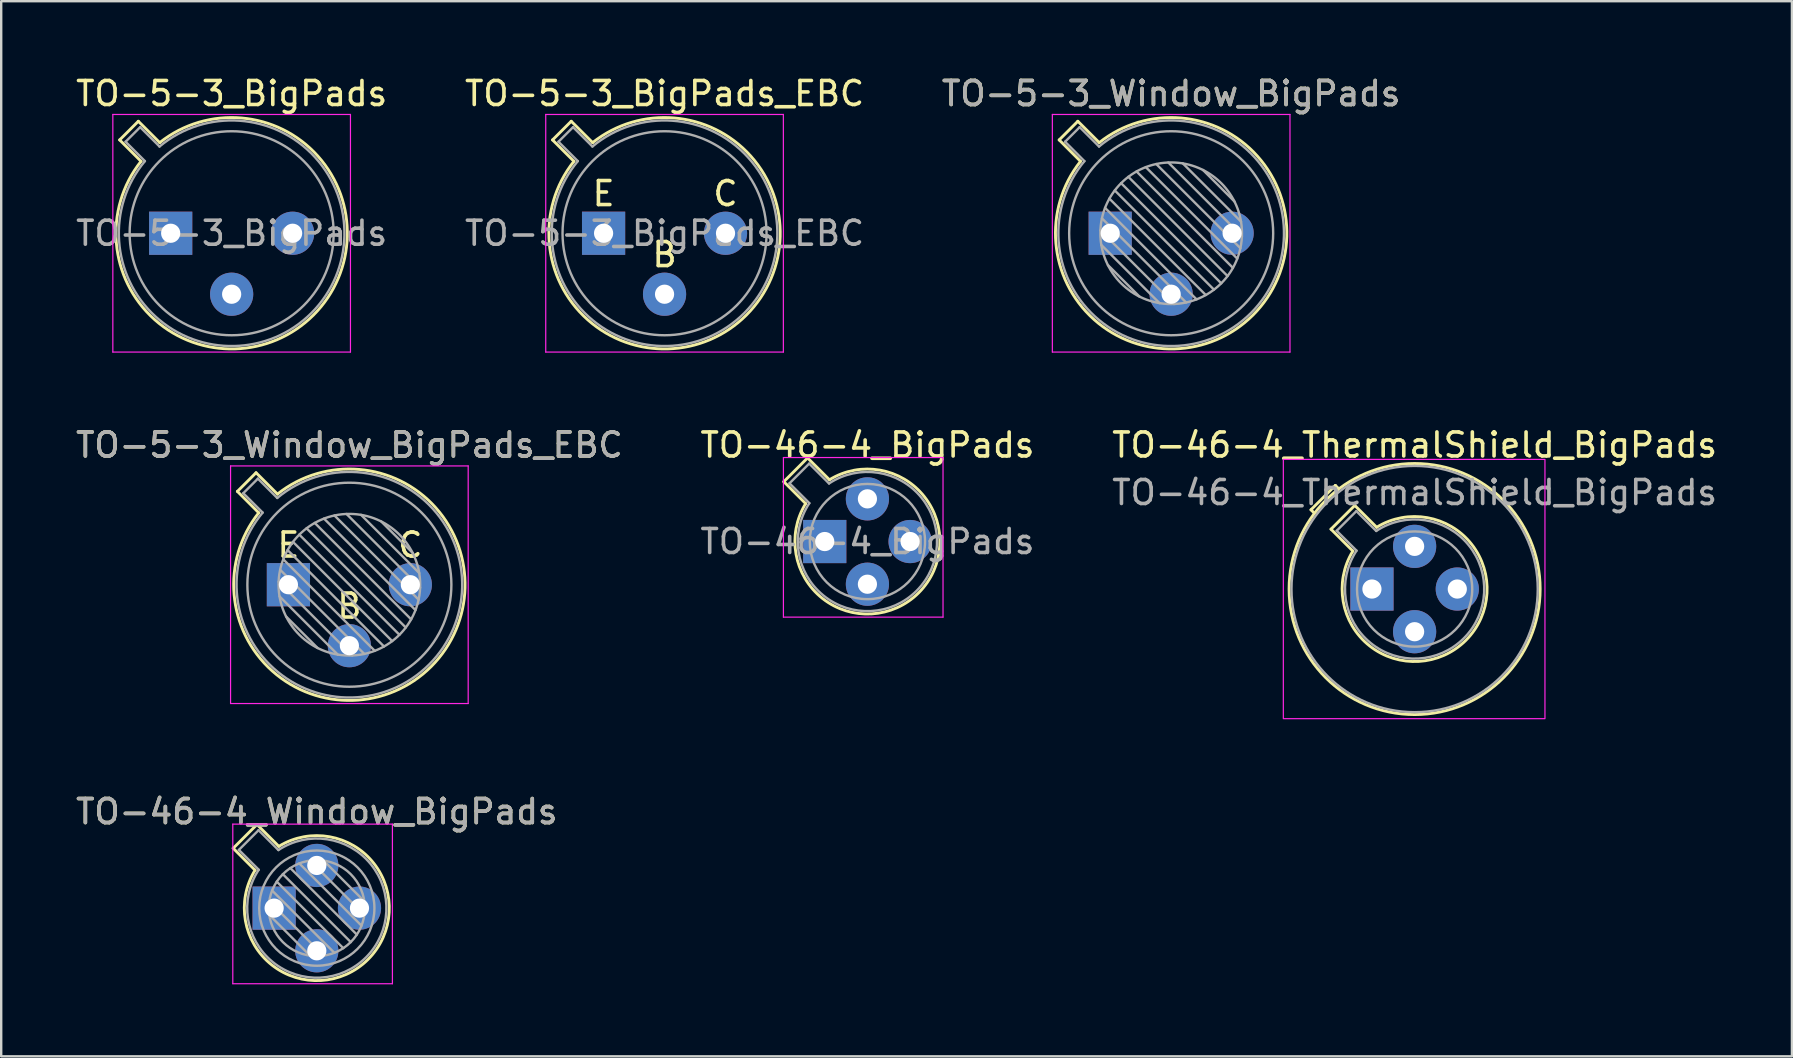
<source format=kicad_pcb>
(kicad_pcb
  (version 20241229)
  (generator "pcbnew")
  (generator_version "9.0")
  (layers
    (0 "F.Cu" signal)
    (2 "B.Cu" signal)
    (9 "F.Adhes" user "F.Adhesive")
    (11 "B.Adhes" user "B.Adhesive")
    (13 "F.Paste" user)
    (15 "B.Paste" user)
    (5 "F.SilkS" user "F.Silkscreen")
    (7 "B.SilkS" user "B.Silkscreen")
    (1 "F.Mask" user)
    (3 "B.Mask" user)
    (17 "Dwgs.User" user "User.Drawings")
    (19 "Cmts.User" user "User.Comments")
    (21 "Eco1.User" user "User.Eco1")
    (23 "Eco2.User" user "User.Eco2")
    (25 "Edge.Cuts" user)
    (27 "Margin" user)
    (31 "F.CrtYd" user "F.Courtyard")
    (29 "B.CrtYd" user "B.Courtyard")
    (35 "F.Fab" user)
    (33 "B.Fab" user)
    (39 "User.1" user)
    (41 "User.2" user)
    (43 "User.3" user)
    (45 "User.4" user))
  (footprint "TO-5-3_Window_BigPads_EBC"
    (layer "F.Cu")
    (at 8.966 21.311)
    (property "Reference" "TO-5-3_Window_BigPads_EBC" (at 2.54 -5.82 0) (layer "F.SilkS") (effects (font (size 1 1) (thickness 0.15))))
    (attr through_hole)
    (fp_line (start -2.126 -3.888) (end -1.235 -2.997) (stroke (width 0.12) (type solid)) (layer "F.SilkS"))
    (fp_line (start -1.348 -4.666) (end -2.126 -3.888) (stroke (width 0.12) (type solid)) (layer "F.SilkS"))
    (fp_line (start -0.457 -3.775) (end -1.348 -4.666) (stroke (width 0.12) (type solid)) (layer "F.SilkS"))
    (fp_arc (start -0.457084 -3.774902) (mid 5.948125 3.408384) (end -1.234674 -2.997371) (stroke (width 0.12) (type solid)) (layer "F.SilkS"))
    (fp_line (start -2.41 -4.95) (end -2.41 4.95) (stroke (width 0.05) (type solid)) (layer "F.CrtYd"))
    (fp_line (start -2.41 4.95) (end 7.49 4.95) (stroke (width 0.05) (type solid)) (layer "F.CrtYd"))
    (fp_line (start 7.49 -4.95) (end -2.41 -4.95) (stroke (width 0.05) (type solid)) (layer "F.CrtYd"))
    (fp_line (start 7.49 4.95) (end 7.49 -4.95) (stroke (width 0.05) (type solid)) (layer "F.CrtYd"))
    (fp_line (start -1.88 -3.812) (end -1.074 -3.005) (stroke (width 0.1) (type solid)) (layer "F.Fab"))
    (fp_line (start -1.272 -4.42) (end -1.88 -3.812) (stroke (width 0.1) (type solid)) (layer "F.Fab"))
    (fp_line (start -0.465 -3.614) (end -1.272 -4.42) (stroke (width 0.1) (type solid)) (layer "F.Fab"))
    (fp_line (start -0.408 -0.12) (end 2.66 2.948) (stroke (width 0.1) (type solid)) (layer "F.Fab"))
    (fp_line (start -0.371 0.485) (end 2.055 2.911) (stroke (width 0.1) (type solid)) (layer "F.Fab"))
    (fp_line (start -0.344 -0.622) (end 3.162 2.884) (stroke (width 0.1) (type solid)) (layer "F.Fab"))
    (fp_line (start -0.215 -1.058) (end 3.598 2.755) (stroke (width 0.1) (type solid)) (layer "F.Fab"))
    (fp_line (start -0.097 1.324) (end 1.216 2.637) (stroke (width 0.1) (type solid)) (layer "F.Fab"))
    (fp_line (start -0.034 -1.443) (end 3.983 2.574) (stroke (width 0.1) (type solid)) (layer "F.Fab"))
    (fp_line (start 0.19 -1.784) (end 4.324 2.35) (stroke (width 0.1) (type solid)) (layer "F.Fab"))
    (fp_line (start 0.454 -2.086) (end 4.626 2.086) (stroke (width 0.1) (type solid)) (layer "F.Fab"))
    (fp_line (start 0.756 -2.35) (end 4.89 1.784) (stroke (width 0.1) (type solid)) (layer "F.Fab"))
    (fp_line (start 1.097 -2.574) (end 5.114 1.443) (stroke (width 0.1) (type solid)) (layer "F.Fab"))
    (fp_line (start 1.482 -2.755) (end 5.295 1.058) (stroke (width 0.1) (type solid)) (layer "F.Fab"))
    (fp_line (start 1.918 -2.884) (end 5.424 0.622) (stroke (width 0.1) (type solid)) (layer "F.Fab"))
    (fp_line (start 2.42 -2.948) (end 5.488 0.12) (stroke (width 0.1) (type solid)) (layer "F.Fab"))
    (fp_line (start 3.025 -2.911) (end 5.451 -0.485) (stroke (width 0.1) (type solid)) (layer "F.Fab"))
    (fp_line (start 3.864 -2.637) (end 5.177 -1.324) (stroke (width 0.1) (type solid)) (layer "F.Fab"))
    (fp_arc (start -0.465408 -3.61352) (mid 5.863443 3.323361) (end -1.073594 -3.005319) (stroke (width 0.1) (type solid)) (layer "F.Fab"))
    (fp_circle (center 2.54 0) (end 5.49 0) (stroke (width 0.1) (type solid)) (fill no) (layer "F.Fab"))
    (fp_circle (center 2.54 0) (end 6.79 0) (stroke (width 0.1) (type solid)) (fill no) (layer "F.Fab"))
    (fp_text user "B" (at 2.54 0.889 0) (unlocked yes) (layer "F.SilkS") (effects (font (size 1 1) (thickness 0.15))))
    (fp_text user "C" (at 5.08 -1.651 0) (unlocked yes) (layer "F.SilkS") (effects (font (size 1 1) (thickness 0.15))))
    (fp_text user "E" (at 0 -1.651 0) (unlocked yes) (layer "F.SilkS") (effects (font (size 1 1) (thickness 0.15))))
    (fp_text user "${REFERENCE}" (at 2.54 -5.82 0) (layer "F.Fab") (effects (font (size 1 1) (thickness 0.15))))
    (pad "1" thru_hole rect (at 0 0) (size 1.8 1.8) (drill 0.8) (layers "*.Cu" "*.Mask"))
    (pad "2" thru_hole oval (at 2.54 2.54) (size 1.8 1.8) (drill 0.8) (layers "*.Cu" "*.Mask"))
    (pad "3" thru_hole oval (at 5.08 0) (size 1.8 1.8) (drill 0.8) (layers "*.Cu" "*.Mask")))
  (footprint "TO-5-3_BigPads"
    (layer "F.Cu")
    (at 4.061 6.668)
    (property "Reference" "TO-5-3_BigPads" (at 2.54 -5.82 0) (layer "F.SilkS") (effects (font (size 1 1) (thickness 0.15))))
    (attr through_hole)
    (fp_line (start -2.126 -3.888) (end -1.235 -2.997) (stroke (width 0.12) (type solid)) (layer "F.SilkS"))
    (fp_line (start -1.348 -4.666) (end -2.126 -3.888) (stroke (width 0.12) (type solid)) (layer "F.SilkS"))
    (fp_line (start -0.457 -3.775) (end -1.348 -4.666) (stroke (width 0.12) (type solid)) (layer "F.SilkS"))
    (fp_arc (start -0.457084 -3.774902) (mid 5.948125 3.408384) (end -1.234674 -2.997371) (stroke (width 0.12) (type solid)) (layer "F.SilkS"))
    (fp_line (start -2.41 -4.95) (end -2.41 4.95) (stroke (width 0.05) (type solid)) (layer "F.CrtYd"))
    (fp_line (start -2.41 4.95) (end 7.49 4.95) (stroke (width 0.05) (type solid)) (layer "F.CrtYd"))
    (fp_line (start 7.49 -4.95) (end -2.41 -4.95) (stroke (width 0.05) (type solid)) (layer "F.CrtYd"))
    (fp_line (start 7.49 4.95) (end 7.49 -4.95) (stroke (width 0.05) (type solid)) (layer "F.CrtYd"))
    (fp_line (start -1.88 -3.812) (end -1.074 -3.005) (stroke (width 0.1) (type solid)) (layer "F.Fab"))
    (fp_line (start -1.272 -4.42) (end -1.88 -3.812) (stroke (width 0.1) (type solid)) (layer "F.Fab"))
    (fp_line (start -0.465 -3.614) (end -1.272 -4.42) (stroke (width 0.1) (type solid)) (layer "F.Fab"))
    (fp_arc (start -0.465408 -3.61352) (mid 5.863443 3.323361) (end -1.073594 -3.005319) (stroke (width 0.1) (type solid)) (layer "F.Fab"))
    (fp_circle (center 2.54 0) (end 6.79 0) (stroke (width 0.1) (type solid)) (fill no) (layer "F.Fab"))
    (fp_text user "${REFERENCE}" (at 2.54 0 0) (layer "F.Fab") (effects (font (size 1 1) (thickness 0.15))))
    (pad "1" thru_hole rect (at 0 0) (size 1.8 1.8) (drill 0.8) (layers "*.Cu" "*.Mask"))
    (pad "2" thru_hole oval (at 2.54 2.54) (size 1.8 1.8) (drill 0.8) (layers "*.Cu" "*.Mask"))
    (pad "3" thru_hole oval (at 5.08 0) (size 1.8 1.8) (drill 0.8) (layers "*.Cu" "*.Mask")))
  (footprint "TO-5-3_Window_BigPads"
    (layer "F.Cu")
    (at 43.204 6.668)
    (property "Reference" "TO-5-3_Window_BigPads" (at 2.54 -5.82 0) (layer "F.SilkS") (effects (font (size 1 1) (thickness 0.15))))
    (attr through_hole)
    (fp_line (start -2.126 -3.888) (end -1.235 -2.997) (stroke (width 0.12) (type solid)) (layer "F.SilkS"))
    (fp_line (start -1.348 -4.666) (end -2.126 -3.888) (stroke (width 0.12) (type solid)) (layer "F.SilkS"))
    (fp_line (start -0.457 -3.775) (end -1.348 -4.666) (stroke (width 0.12) (type solid)) (layer "F.SilkS"))
    (fp_arc (start -0.457084 -3.774902) (mid 5.948125 3.408384) (end -1.234674 -2.997371) (stroke (width 0.12) (type solid)) (layer "F.SilkS"))
    (fp_line (start -2.41 -4.95) (end -2.41 4.95) (stroke (width 0.05) (type solid)) (layer "F.CrtYd"))
    (fp_line (start -2.41 4.95) (end 7.49 4.95) (stroke (width 0.05) (type solid)) (layer "F.CrtYd"))
    (fp_line (start 7.49 -4.95) (end -2.41 -4.95) (stroke (width 0.05) (type solid)) (layer "F.CrtYd"))
    (fp_line (start 7.49 4.95) (end 7.49 -4.95) (stroke (width 0.05) (type solid)) (layer "F.CrtYd"))
    (fp_line (start -1.88 -3.812) (end -1.074 -3.005) (stroke (width 0.1) (type solid)) (layer "F.Fab"))
    (fp_line (start -1.272 -4.42) (end -1.88 -3.812) (stroke (width 0.1) (type solid)) (layer "F.Fab"))
    (fp_line (start -0.465 -3.614) (end -1.272 -4.42) (stroke (width 0.1) (type solid)) (layer "F.Fab"))
    (fp_line (start -0.408 -0.12) (end 2.66 2.948) (stroke (width 0.1) (type solid)) (layer "F.Fab"))
    (fp_line (start -0.371 0.485) (end 2.055 2.911) (stroke (width 0.1) (type solid)) (layer "F.Fab"))
    (fp_line (start -0.344 -0.622) (end 3.162 2.884) (stroke (width 0.1) (type solid)) (layer "F.Fab"))
    (fp_line (start -0.215 -1.058) (end 3.598 2.755) (stroke (width 0.1) (type solid)) (layer "F.Fab"))
    (fp_line (start -0.097 1.324) (end 1.216 2.637) (stroke (width 0.1) (type solid)) (layer "F.Fab"))
    (fp_line (start -0.034 -1.443) (end 3.983 2.574) (stroke (width 0.1) (type solid)) (layer "F.Fab"))
    (fp_line (start 0.19 -1.784) (end 4.324 2.35) (stroke (width 0.1) (type solid)) (layer "F.Fab"))
    (fp_line (start 0.454 -2.086) (end 4.626 2.086) (stroke (width 0.1) (type solid)) (layer "F.Fab"))
    (fp_line (start 0.756 -2.35) (end 4.89 1.784) (stroke (width 0.1) (type solid)) (layer "F.Fab"))
    (fp_line (start 1.097 -2.574) (end 5.114 1.443) (stroke (width 0.1) (type solid)) (layer "F.Fab"))
    (fp_line (start 1.482 -2.755) (end 5.295 1.058) (stroke (width 0.1) (type solid)) (layer "F.Fab"))
    (fp_line (start 1.918 -2.884) (end 5.424 0.622) (stroke (width 0.1) (type solid)) (layer "F.Fab"))
    (fp_line (start 2.42 -2.948) (end 5.488 0.12) (stroke (width 0.1) (type solid)) (layer "F.Fab"))
    (fp_line (start 3.025 -2.911) (end 5.451 -0.485) (stroke (width 0.1) (type solid)) (layer "F.Fab"))
    (fp_line (start 3.864 -2.637) (end 5.177 -1.324) (stroke (width 0.1) (type solid)) (layer "F.Fab"))
    (fp_arc (start -0.465408 -3.61352) (mid 5.863443 3.323361) (end -1.073594 -3.005319) (stroke (width 0.1) (type solid)) (layer "F.Fab"))
    (fp_circle (center 2.54 0) (end 5.49 0) (stroke (width 0.1) (type solid)) (fill no) (layer "F.Fab"))
    (fp_circle (center 2.54 0) (end 6.79 0) (stroke (width 0.1) (type solid)) (fill no) (layer "F.Fab"))
    (fp_text user "${REFERENCE}" (at 2.54 -5.82 0) (layer "F.Fab") (effects (font (size 1 1) (thickness 0.15))))
    (pad "1" thru_hole rect (at 0 0) (size 1.8 1.8) (drill 0.8) (layers "*.Cu" "*.Mask"))
    (pad "2" thru_hole oval (at 2.54 2.54) (size 1.8 1.8) (drill 0.8) (layers "*.Cu" "*.Mask"))
    (pad "3" thru_hole oval (at 5.08 0) (size 1.8 1.8) (drill 0.8) (layers "*.Cu" "*.Mask")))
  (footprint "TO-46-4_BigPads"
    (layer "F.Cu")
    (at 31.819 19.512)
    (property "Reference" "TO-46-4_BigPads" (at 1.27 -4.02 0) (layer "F.SilkS") (effects (font (size 1 1) (thickness 0.15))))
    (attr through_hole)
    (fp_line (start -2.214 -2.494) (end -1.302 -1.582) (stroke (width 0.12) (type solid)) (layer "F.SilkS"))
    (fp_line (start -1.224 -3.484) (end -2.214 -2.494) (stroke (width 0.12) (type solid)) (layer "F.SilkS"))
    (fp_line (start -0.312 -2.572) (end -1.224 -3.484) (stroke (width 0.12) (type solid)) (layer "F.SilkS"))
    (fp_arc (start -0.312331 -2.572281) (mid 3.405374 2.135551) (end -1.30215 -1.582544) (stroke (width 0.12) (type solid)) (layer "F.SilkS"))
    (fp_line (start -2.23 -3.5) (end -2.23 3.15) (stroke (width 0.05) (type solid)) (layer "F.CrtYd"))
    (fp_line (start -2.23 3.15) (end 4.42 3.15) (stroke (width 0.05) (type solid)) (layer "F.CrtYd"))
    (fp_line (start 4.42 -3.5) (end -2.23 -3.5) (stroke (width 0.05) (type solid)) (layer "F.CrtYd"))
    (fp_line (start 4.42 3.15) (end 4.42 -3.5) (stroke (width 0.05) (type solid)) (layer "F.CrtYd"))
    (fp_line (start -1.977 -2.426) (end -1.149 -1.599) (stroke (width 0.1) (type solid)) (layer "F.Fab"))
    (fp_line (start -1.156 -3.247) (end -1.977 -2.426) (stroke (width 0.1) (type solid)) (layer "F.Fab"))
    (fp_line (start -0.329 -2.419) (end -1.156 -3.247) (stroke (width 0.1) (type solid)) (layer "F.Fab"))
    (fp_arc (start -0.329057 -2.419301) (mid 3.321075 2.050145) (end -1.150029 -1.597956) (stroke (width 0.1) (type solid)) (layer "F.Fab"))
    (fp_circle (center 1.27 0) (end 3.67 0) (stroke (width 0.1) (type solid)) (fill no) (layer "F.Fab"))
    (fp_text user "${REFERENCE}" (at 1.27 0 0) (layer "F.Fab") (effects (font (size 1 1) (thickness 0.15))))
    (pad "1" thru_hole rect (at -0.508 0) (size 1.8 1.8) (drill 0.8) (layers "*.Cu" "*.Mask"))
    (pad "2" thru_hole oval (at 1.27 1.778) (size 1.8 1.8) (drill 0.8) (layers "*.Cu" "*.Mask"))
    (pad "3" thru_hole oval (at 3.048 0) (size 1.8 1.8) (drill 0.8) (layers "*.Cu" "*.Mask"))
    (pad "4" thru_hole oval (at 1.27 -1.778) (size 1.8 1.8) (drill 0.8) (layers "*.Cu" "*.Mask")))
  (footprint "TO-46-4_ThermalShield_BigPads"
    (layer "F.Cu")
    (at 54.617 21.491)
    (property "Reference" "TO-46-4_ThermalShield_BigPads" (at 1.27 -6 0) (layer "F.SilkS") (effects (font (size 1 1) (thickness 0.15))))
    (fp_line (start -3.048 -3.302) (end -2.921 -3.175) (stroke (width 0.12) (type solid)) (layer "F.SilkS"))
    (fp_line (start -3.048 -3.302) (end -2.032 -4.318) (stroke (width 0.12) (type solid)) (layer "F.SilkS"))
    (fp_line (start -2.214 -2.494) (end -1.302 -1.582) (stroke (width 0.12) (type solid)) (layer "F.SilkS"))
    (fp_line (start -2.032 -4.318) (end -1.905 -4.191) (stroke (width 0.12) (type solid)) (layer "F.SilkS"))
    (fp_line (start -1.224 -3.484) (end -2.214 -2.494) (stroke (width 0.12) (type solid)) (layer "F.SilkS"))
    (fp_line (start -0.312 -2.572) (end -1.224 -3.484) (stroke (width 0.12) (type solid)) (layer "F.SilkS"))
    (fp_arc (start -0.312331 -2.572281) (mid 3.405374 2.135551) (end -1.30215 -1.582544) (stroke (width 0.12) (type solid)) (layer "F.SilkS"))
    (fp_circle (center 1.27 0) (end 6.5 0) (stroke (width 0.12) (type solid)) (fill no) (layer "F.SilkS"))
    (fp_rect (start -4.2 -5.4) (end 6.7 5.4) (stroke (width 0.05) (type solid)) (fill no) (layer "F.CrtYd"))
    (fp_line (start -1.977 -2.426) (end -1.149 -1.599) (stroke (width 0.1) (type solid)) (layer "F.Fab"))
    (fp_line (start -1.156 -3.247) (end -1.977 -2.426) (stroke (width 0.1) (type solid)) (layer "F.Fab"))
    (fp_line (start -0.329 -2.419) (end -1.156 -3.247) (stroke (width 0.1) (type solid)) (layer "F.Fab"))
    (fp_arc (start -0.329057 -2.419301) (mid 3.321075 2.050145) (end -1.150029 -1.597956) (stroke (width 0.1) (type solid)) (layer "F.Fab"))
    (fp_circle (center 1.27 0) (end 3.67 0) (stroke (width 0.1) (type solid)) (fill no) (layer "F.Fab"))
    (fp_circle (center 1.27 0) (end 6.4 0) (stroke (width 0.1) (type solid)) (fill no) (layer "F.Fab"))
    (fp_text user "${REFERENCE}" (at 1.27 -4.02 0) (layer "F.Fab") (effects (font (size 1 1) (thickness 0.15))))
    (pad "1" thru_hole rect (at -0.508 0) (size 1.8 1.8) (drill 0.8) (layers "*.Cu" "*.Mask"))
    (pad "2" thru_hole oval (at 1.27 1.778) (size 1.8 1.8) (drill 0.8) (layers "*.Cu" "*.Mask"))
    (pad "3" thru_hole oval (at 3.048 0) (size 1.8 1.8) (drill 0.8) (layers "*.Cu" "*.Mask"))
    (pad "4" thru_hole oval (at 1.27 -1.778) (size 1.8 1.8) (drill 0.8) (layers "*.Cu" "*.Mask")))
  (footprint "TO-46-4_Window_BigPads"
    (layer "F.Cu")
    (at 8.879 34.785)
    (property "Reference" "TO-46-4_Window_BigPads" (at 1.27 -4.02 0) (layer "F.SilkS") (effects (font (size 1 1) (thickness 0.15))))
    (attr through_hole)
    (fp_line (start -2.214 -2.494) (end -1.302 -1.582) (stroke (width 0.12) (type solid)) (layer "F.SilkS"))
    (fp_line (start -1.224 -3.484) (end -2.214 -2.494) (stroke (width 0.12) (type solid)) (layer "F.SilkS"))
    (fp_line (start -0.312 -2.572) (end -1.224 -3.484) (stroke (width 0.12) (type solid)) (layer "F.SilkS"))
    (fp_arc (start -0.312331 -2.572281) (mid 3.405374 2.135551) (end -1.30215 -1.582544) (stroke (width 0.12) (type solid)) (layer "F.SilkS"))
    (fp_line (start -2.23 -3.5) (end -2.23 3.15) (stroke (width 0.05) (type solid)) (layer "F.CrtYd"))
    (fp_line (start -2.23 3.15) (end 4.42 3.15) (stroke (width 0.05) (type solid)) (layer "F.CrtYd"))
    (fp_line (start 4.42 -3.5) (end -2.23 -3.5) (stroke (width 0.05) (type solid)) (layer "F.CrtYd"))
    (fp_line (start 4.42 3.15) (end 4.42 -3.5) (stroke (width 0.05) (type solid)) (layer "F.CrtYd"))
    (fp_line (start -1.977 -2.426) (end -1.149 -1.599) (stroke (width 0.1) (type solid)) (layer "F.Fab"))
    (fp_line (start -1.156 -3.247) (end -1.977 -2.426) (stroke (width 0.1) (type solid)) (layer "F.Fab"))
    (fp_line (start -0.71 -0.283) (end 1.553 1.98) (stroke (width 0.1) (type solid)) (layer "F.Fab"))
    (fp_line (start -0.71 0.283) (end 0.987 1.98) (stroke (width 0.1) (type solid)) (layer "F.Fab"))
    (fp_line (start -0.592 -0.731) (end 2.001 1.862) (stroke (width 0.1) (type solid)) (layer "F.Fab"))
    (fp_line (start -0.399 -1.103) (end 2.373 1.669) (stroke (width 0.1) (type solid)) (layer "F.Fab"))
    (fp_line (start -0.329 -2.419) (end -1.156 -3.247) (stroke (width 0.1) (type solid)) (layer "F.Fab"))
    (fp_line (start -0.145 -1.415) (end 2.685 1.415) (stroke (width 0.1) (type solid)) (layer "F.Fab"))
    (fp_line (start 0.167 -1.669) (end 2.939 1.103) (stroke (width 0.1) (type solid)) (layer "F.Fab"))
    (fp_line (start 0.539 -1.862) (end 3.132 0.731) (stroke (width 0.1) (type solid)) (layer "F.Fab"))
    (fp_line (start 0.987 -1.98) (end 3.25 0.283) (stroke (width 0.1) (type solid)) (layer "F.Fab"))
    (fp_line (start 1.553 -1.98) (end 3.25 -0.283) (stroke (width 0.1) (type solid)) (layer "F.Fab"))
    (fp_arc (start -0.329057 -2.419301) (mid 3.321075 2.050145) (end -1.150029 -1.597956) (stroke (width 0.1) (type solid)) (layer "F.Fab"))
    (fp_circle (center 1.27 0) (end 3.27 0) (stroke (width 0.1) (type solid)) (fill no) (layer "F.Fab"))
    (fp_circle (center 1.27 0) (end 3.67 0) (stroke (width 0.1) (type solid)) (fill no) (layer "F.Fab"))
    (fp_text user "${REFERENCE}" (at 1.27 -4.02 0) (layer "F.Fab") (effects (font (size 1 1) (thickness 0.15))))
    (pad "1" thru_hole rect (at -0.508 0) (size 1.8 1.8) (drill 0.8) (layers "*.Cu" "*.Mask"))
    (pad "2" thru_hole oval (at 1.27 1.778) (size 1.8 1.8) (drill 0.8) (layers "*.Cu" "*.Mask"))
    (pad "3" thru_hole oval (at 3.048 0) (size 1.8 1.8) (drill 0.8) (layers "*.Cu" "*.Mask"))
    (pad "4" thru_hole oval (at 1.27 -1.778) (size 1.8 1.8) (drill 0.8) (layers "*.Cu" "*.Mask")))
  (footprint "TO-5-3_BigPads_EBC"
    (layer "F.Cu")
    (at 22.097 6.668)
    (property "Reference" "TO-5-3_BigPads_EBC" (at 2.54 -5.82 0) (layer "F.SilkS") (effects (font (size 1 1) (thickness 0.15))))
    (attr through_hole)
    (fp_line (start -2.126 -3.888) (end -1.235 -2.997) (stroke (width 0.12) (type solid)) (layer "F.SilkS"))
    (fp_line (start -1.348 -4.666) (end -2.126 -3.888) (stroke (width 0.12) (type solid)) (layer "F.SilkS"))
    (fp_line (start -0.457 -3.775) (end -1.348 -4.666) (stroke (width 0.12) (type solid)) (layer "F.SilkS"))
    (fp_arc (start -0.457084 -3.774902) (mid 5.948125 3.408384) (end -1.234674 -2.997371) (stroke (width 0.12) (type solid)) (layer "F.SilkS"))
    (fp_line (start -2.41 -4.95) (end -2.41 4.95) (stroke (width 0.05) (type solid)) (layer "F.CrtYd"))
    (fp_line (start -2.41 4.95) (end 7.49 4.95) (stroke (width 0.05) (type solid)) (layer "F.CrtYd"))
    (fp_line (start 7.49 -4.95) (end -2.41 -4.95) (stroke (width 0.05) (type solid)) (layer "F.CrtYd"))
    (fp_line (start 7.49 4.95) (end 7.49 -4.95) (stroke (width 0.05) (type solid)) (layer "F.CrtYd"))
    (fp_line (start -1.88 -3.812) (end -1.074 -3.005) (stroke (width 0.1) (type solid)) (layer "F.Fab"))
    (fp_line (start -1.272 -4.42) (end -1.88 -3.812) (stroke (width 0.1) (type solid)) (layer "F.Fab"))
    (fp_line (start -0.465 -3.614) (end -1.272 -4.42) (stroke (width 0.1) (type solid)) (layer "F.Fab"))
    (fp_arc (start -0.465408 -3.61352) (mid 5.863443 3.323361) (end -1.073594 -3.005319) (stroke (width 0.1) (type solid)) (layer "F.Fab"))
    (fp_circle (center 2.54 0) (end 6.79 0) (stroke (width 0.1) (type solid)) (fill no) (layer "F.Fab"))
    (fp_text user "B" (at 2.54 0.889 0) (unlocked yes) (layer "F.SilkS") (effects (font (size 1 1) (thickness 0.15))))
    (fp_text user "C" (at 5.08 -1.651 0) (unlocked yes) (layer "F.SilkS") (effects (font (size 1 1) (thickness 0.15))))
    (fp_text user "E" (at 0 -1.651 0) (unlocked yes) (layer "F.SilkS") (effects (font (size 1 1) (thickness 0.15))))
    (fp_text user "${REFERENCE}" (at 2.54 0 0) (layer "F.Fab") (effects (font (size 1 1) (thickness 0.15))))
    (pad "1" thru_hole rect (at 0 0) (size 1.8 1.8) (drill 0.8) (layers "*.Cu" "*.Mask"))
    (pad "2" thru_hole oval (at 2.54 2.54) (size 1.8 1.8) (drill 0.8) (layers "*.Cu" "*.Mask"))
    (pad "3" thru_hole oval (at 5.08 0) (size 1.8 1.8) (drill 0.8) (layers "*.Cu" "*.Mask")))
  (gr_rect
    (start -3 -3)
    (end 71.607 40.96)
    (stroke (width 0.1) (type default))
    (fill no)
    (layer "Edge.Cuts")))
</source>
